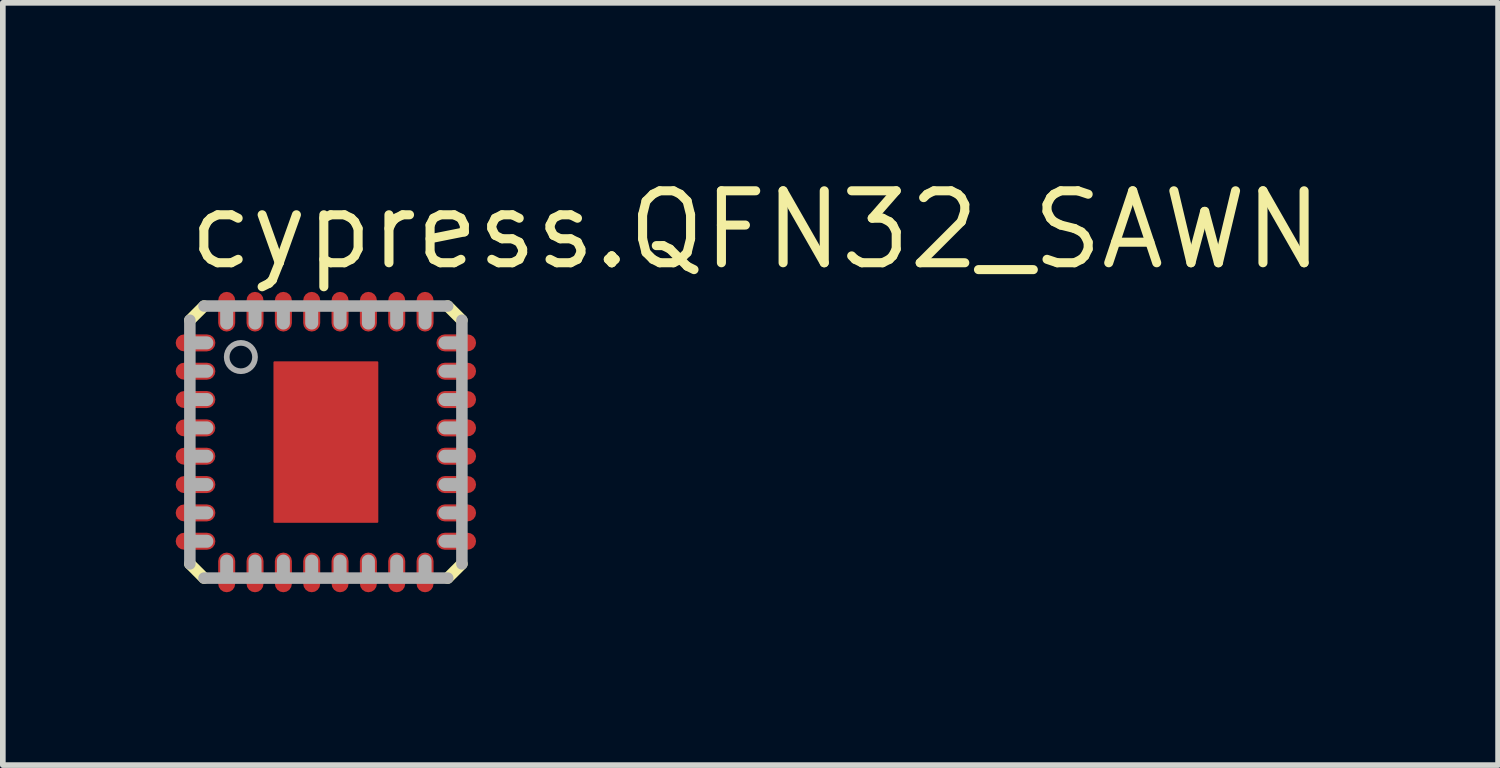
<source format=kicad_pcb>
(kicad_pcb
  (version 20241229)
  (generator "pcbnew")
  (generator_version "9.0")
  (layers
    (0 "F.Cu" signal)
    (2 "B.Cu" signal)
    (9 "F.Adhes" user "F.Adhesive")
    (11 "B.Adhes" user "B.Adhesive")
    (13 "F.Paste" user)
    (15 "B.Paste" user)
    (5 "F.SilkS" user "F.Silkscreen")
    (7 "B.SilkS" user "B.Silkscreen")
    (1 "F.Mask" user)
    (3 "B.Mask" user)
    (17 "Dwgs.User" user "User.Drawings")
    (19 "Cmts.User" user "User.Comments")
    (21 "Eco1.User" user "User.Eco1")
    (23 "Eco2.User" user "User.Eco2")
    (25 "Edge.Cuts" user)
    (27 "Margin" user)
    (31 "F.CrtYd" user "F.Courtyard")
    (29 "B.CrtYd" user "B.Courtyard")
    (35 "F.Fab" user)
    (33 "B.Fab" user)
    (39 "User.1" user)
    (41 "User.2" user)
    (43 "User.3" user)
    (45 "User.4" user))
  (footprint "cypress.QFN32_SAWN"
    (layer "F.Cu")
    (at 2.7 4.75)
    (property "Reference" "cypress.QFN32_SAWN" (at -2.5 -3 0) (layer "F.SilkS") (effects (font (size 1.27 1.27) (thickness 0.16)) (justify left bottom)))
    (attr smd)
    (fp_line (start -2.1 -1.75) (end -2.5 -1.75) (stroke (width 0.4) (type default)) (layer "F.Mask"))
    (fp_line (start -2.1 -1.25) (end -2.5 -1.25) (stroke (width 0.4) (type default)) (layer "F.Mask"))
    (fp_line (start -2.1 -0.75) (end -2.5 -0.75) (stroke (width 0.4) (type default)) (layer "F.Mask"))
    (fp_line (start -2.1 -0.25) (end -2.5 -0.25) (stroke (width 0.4) (type default)) (layer "F.Mask"))
    (fp_line (start -2.1 0.25) (end -2.5 0.25) (stroke (width 0.4) (type default)) (layer "F.Mask"))
    (fp_line (start -2.1 0.75) (end -2.5 0.75) (stroke (width 0.4) (type default)) (layer "F.Mask"))
    (fp_line (start -2.1 1.25) (end -2.5 1.25) (stroke (width 0.4) (type default)) (layer "F.Mask"))
    (fp_line (start -2.1 1.75) (end -2.5 1.75) (stroke (width 0.4) (type default)) (layer "F.Mask"))
    (fp_line (start -1.75 -2.1) (end -1.75 -2.5) (stroke (width 0.4) (type default)) (layer "F.Mask"))
    (fp_line (start -1.75 2.1) (end -1.75 2.5) (stroke (width 0.4) (type default)) (layer "F.Mask"))
    (fp_line (start -1.25 -2.1) (end -1.25 -2.5) (stroke (width 0.4) (type default)) (layer "F.Mask"))
    (fp_line (start -1.25 2.1) (end -1.25 2.5) (stroke (width 0.4) (type default)) (layer "F.Mask"))
    (fp_line (start -0.75 -2.1) (end -0.75 -2.5) (stroke (width 0.4) (type default)) (layer "F.Mask"))
    (fp_line (start -0.75 2.1) (end -0.75 2.5) (stroke (width 0.4) (type default)) (layer "F.Mask"))
    (fp_line (start -0.25 -2.1) (end -0.25 -2.5) (stroke (width 0.4) (type default)) (layer "F.Mask"))
    (fp_line (start -0.25 2.1) (end -0.25 2.5) (stroke (width 0.4) (type default)) (layer "F.Mask"))
    (fp_line (start 0.25 -2.1) (end 0.25 -2.5) (stroke (width 0.4) (type default)) (layer "F.Mask"))
    (fp_line (start 0.25 2.1) (end 0.25 2.5) (stroke (width 0.4) (type default)) (layer "F.Mask"))
    (fp_line (start 0.75 -2.1) (end 0.75 -2.5) (stroke (width 0.4) (type default)) (layer "F.Mask"))
    (fp_line (start 0.75 2.1) (end 0.75 2.5) (stroke (width 0.4) (type default)) (layer "F.Mask"))
    (fp_line (start 1.25 -2.1) (end 1.25 -2.5) (stroke (width 0.4) (type default)) (layer "F.Mask"))
    (fp_line (start 1.25 2.1) (end 1.25 2.5) (stroke (width 0.4) (type default)) (layer "F.Mask"))
    (fp_line (start 1.75 -2.1) (end 1.75 -2.5) (stroke (width 0.4) (type default)) (layer "F.Mask"))
    (fp_line (start 1.75 2.1) (end 1.75 2.5) (stroke (width 0.4) (type default)) (layer "F.Mask"))
    (fp_line (start 2.1 -1.75) (end 2.5 -1.75) (stroke (width 0.4) (type default)) (layer "F.Mask"))
    (fp_line (start 2.1 -1.25) (end 2.5 -1.25) (stroke (width 0.4) (type default)) (layer "F.Mask"))
    (fp_line (start 2.1 -0.75) (end 2.5 -0.75) (stroke (width 0.4) (type default)) (layer "F.Mask"))
    (fp_line (start 2.1 -0.25) (end 2.5 -0.25) (stroke (width 0.4) (type default)) (layer "F.Mask"))
    (fp_line (start 2.1 0.25) (end 2.5 0.25) (stroke (width 0.4) (type default)) (layer "F.Mask"))
    (fp_line (start 2.1 0.75) (end 2.5 0.75) (stroke (width 0.4) (type default)) (layer "F.Mask"))
    (fp_line (start 2.1 1.25) (end 2.5 1.25) (stroke (width 0.4) (type default)) (layer "F.Mask"))
    (fp_line (start 2.1 1.75) (end 2.5 1.75) (stroke (width 0.4) (type default)) (layer "F.Mask"))
    (fp_rect (start -1 1.5) (end 1 -1.5) (stroke (width 0.05) (type default)) (fill yes) (layer "F.Mask"))
    (fp_line (start -2.4 -2.15) (end -2.15 -2.4) (stroke (width 0.203) (type default)) (layer "F.SilkS"))
    (fp_line (start -2.15 2.4) (end -2.4 2.15) (stroke (width 0.203) (type default)) (layer "F.SilkS"))
    (fp_line (start 2.15 -2.4) (end 2.4 -2.15) (stroke (width 0.203) (type default)) (layer "F.SilkS"))
    (fp_line (start 2.4 2.15) (end 2.15 2.4) (stroke (width 0.203) (type default)) (layer "F.SilkS"))
    (fp_line (start -2.1 -1.75) (end -2.5 -1.75) (stroke (width 0.25) (type default)) (layer "F.Paste"))
    (fp_line (start -2.1 -1.25) (end -2.5 -1.25) (stroke (width 0.25) (type default)) (layer "F.Paste"))
    (fp_line (start -2.1 -0.75) (end -2.5 -0.75) (stroke (width 0.25) (type default)) (layer "F.Paste"))
    (fp_line (start -2.1 -0.25) (end -2.5 -0.25) (stroke (width 0.25) (type default)) (layer "F.Paste"))
    (fp_line (start -2.1 0.25) (end -2.5 0.25) (stroke (width 0.25) (type default)) (layer "F.Paste"))
    (fp_line (start -2.1 0.75) (end -2.5 0.75) (stroke (width 0.25) (type default)) (layer "F.Paste"))
    (fp_line (start -2.1 1.25) (end -2.5 1.25) (stroke (width 0.25) (type default)) (layer "F.Paste"))
    (fp_line (start -2.1 1.75) (end -2.5 1.75) (stroke (width 0.25) (type default)) (layer "F.Paste"))
    (fp_line (start -1.75 -2.1) (end -1.75 -2.5) (stroke (width 0.25) (type default)) (layer "F.Paste"))
    (fp_line (start -1.75 2.1) (end -1.75 2.5) (stroke (width 0.25) (type default)) (layer "F.Paste"))
    (fp_line (start -1.25 -2.1) (end -1.25 -2.5) (stroke (width 0.25) (type default)) (layer "F.Paste"))
    (fp_line (start -1.25 2.1) (end -1.25 2.5) (stroke (width 0.25) (type default)) (layer "F.Paste"))
    (fp_line (start -0.75 -2.1) (end -0.75 -2.5) (stroke (width 0.25) (type default)) (layer "F.Paste"))
    (fp_line (start -0.75 2.1) (end -0.75 2.5) (stroke (width 0.25) (type default)) (layer "F.Paste"))
    (fp_line (start -0.25 -2.1) (end -0.25 -2.5) (stroke (width 0.25) (type default)) (layer "F.Paste"))
    (fp_line (start -0.25 2.1) (end -0.25 2.5) (stroke (width 0.25) (type default)) (layer "F.Paste"))
    (fp_line (start 0.25 -2.1) (end 0.25 -2.5) (stroke (width 0.25) (type default)) (layer "F.Paste"))
    (fp_line (start 0.25 2.1) (end 0.25 2.5) (stroke (width 0.25) (type default)) (layer "F.Paste"))
    (fp_line (start 0.75 -2.1) (end 0.75 -2.5) (stroke (width 0.25) (type default)) (layer "F.Paste"))
    (fp_line (start 0.75 2.1) (end 0.75 2.5) (stroke (width 0.25) (type default)) (layer "F.Paste"))
    (fp_line (start 1.25 -2.1) (end 1.25 -2.5) (stroke (width 0.25) (type default)) (layer "F.Paste"))
    (fp_line (start 1.25 2.1) (end 1.25 2.5) (stroke (width 0.25) (type default)) (layer "F.Paste"))
    (fp_line (start 1.75 -2.1) (end 1.75 -2.5) (stroke (width 0.25) (type default)) (layer "F.Paste"))
    (fp_line (start 1.75 2.1) (end 1.75 2.5) (stroke (width 0.25) (type default)) (layer "F.Paste"))
    (fp_line (start 2.1 -1.75) (end 2.5 -1.75) (stroke (width 0.25) (type default)) (layer "F.Paste"))
    (fp_line (start 2.1 -1.25) (end 2.5 -1.25) (stroke (width 0.25) (type default)) (layer "F.Paste"))
    (fp_line (start 2.1 -0.75) (end 2.5 -0.75) (stroke (width 0.25) (type default)) (layer "F.Paste"))
    (fp_line (start 2.1 -0.25) (end 2.5 -0.25) (stroke (width 0.25) (type default)) (layer "F.Paste"))
    (fp_line (start 2.1 0.25) (end 2.5 0.25) (stroke (width 0.25) (type default)) (layer "F.Paste"))
    (fp_line (start 2.1 0.75) (end 2.5 0.75) (stroke (width 0.25) (type default)) (layer "F.Paste"))
    (fp_line (start 2.1 1.25) (end 2.5 1.25) (stroke (width 0.25) (type default)) (layer "F.Paste"))
    (fp_line (start 2.1 1.75) (end 2.5 1.75) (stroke (width 0.25) (type default)) (layer "F.Paste"))
    (fp_rect (start -0.85 1.35) (end 0.85 -1.35) (stroke (width 0.05) (type default)) (fill yes) (layer "F.Paste"))
    (fp_line (start -2.4 2.15) (end -2.4 -2.15) (stroke (width 0.203) (type default)) (layer "F.Fab"))
    (fp_line (start -2.15 -2.4) (end 2.15 -2.4) (stroke (width 0.203) (type default)) (layer "F.Fab"))
    (fp_line (start -2.1 -1.75) (end -2.325 -1.75) (stroke (width 0.23) (type default)) (layer "F.Fab"))
    (fp_line (start -2.1 -1.25) (end -2.325 -1.25) (stroke (width 0.23) (type default)) (layer "F.Fab"))
    (fp_line (start -2.1 -0.75) (end -2.325 -0.75) (stroke (width 0.23) (type default)) (layer "F.Fab"))
    (fp_line (start -2.1 -0.25) (end -2.325 -0.25) (stroke (width 0.23) (type default)) (layer "F.Fab"))
    (fp_line (start -2.1 0.25) (end -2.325 0.25) (stroke (width 0.23) (type default)) (layer "F.Fab"))
    (fp_line (start -2.1 0.75) (end -2.325 0.75) (stroke (width 0.23) (type default)) (layer "F.Fab"))
    (fp_line (start -2.1 1.25) (end -2.325 1.25) (stroke (width 0.23) (type default)) (layer "F.Fab"))
    (fp_line (start -2.1 1.75) (end -2.325 1.75) (stroke (width 0.23) (type default)) (layer "F.Fab"))
    (fp_line (start -1.75 -2.1) (end -1.75 -2.325) (stroke (width 0.23) (type default)) (layer "F.Fab"))
    (fp_line (start -1.75 2.1) (end -1.75 2.325) (stroke (width 0.23) (type default)) (layer "F.Fab"))
    (fp_line (start -1.25 -2.1) (end -1.25 -2.325) (stroke (width 0.23) (type default)) (layer "F.Fab"))
    (fp_line (start -1.25 2.1) (end -1.25 2.325) (stroke (width 0.23) (type default)) (layer "F.Fab"))
    (fp_line (start -0.75 -2.1) (end -0.75 -2.325) (stroke (width 0.23) (type default)) (layer "F.Fab"))
    (fp_line (start -0.75 2.1) (end -0.75 2.325) (stroke (width 0.23) (type default)) (layer "F.Fab"))
    (fp_line (start -0.25 -2.1) (end -0.25 -2.325) (stroke (width 0.23) (type default)) (layer "F.Fab"))
    (fp_line (start -0.25 2.1) (end -0.25 2.325) (stroke (width 0.23) (type default)) (layer "F.Fab"))
    (fp_line (start 0.25 -2.1) (end 0.25 -2.325) (stroke (width 0.23) (type default)) (layer "F.Fab"))
    (fp_line (start 0.25 2.1) (end 0.25 2.325) (stroke (width 0.23) (type default)) (layer "F.Fab"))
    (fp_line (start 0.75 -2.1) (end 0.75 -2.325) (stroke (width 0.23) (type default)) (layer "F.Fab"))
    (fp_line (start 0.75 2.1) (end 0.75 2.325) (stroke (width 0.23) (type default)) (layer "F.Fab"))
    (fp_line (start 1.25 -2.1) (end 1.25 -2.325) (stroke (width 0.23) (type default)) (layer "F.Fab"))
    (fp_line (start 1.25 2.1) (end 1.25 2.325) (stroke (width 0.23) (type default)) (layer "F.Fab"))
    (fp_line (start 1.75 -2.1) (end 1.75 -2.325) (stroke (width 0.23) (type default)) (layer "F.Fab"))
    (fp_line (start 1.75 2.1) (end 1.75 2.325) (stroke (width 0.23) (type default)) (layer "F.Fab"))
    (fp_line (start 2.1 -1.75) (end 2.325 -1.75) (stroke (width 0.23) (type default)) (layer "F.Fab"))
    (fp_line (start 2.1 -1.25) (end 2.325 -1.25) (stroke (width 0.23) (type default)) (layer "F.Fab"))
    (fp_line (start 2.1 -0.75) (end 2.325 -0.75) (stroke (width 0.23) (type default)) (layer "F.Fab"))
    (fp_line (start 2.1 -0.25) (end 2.325 -0.25) (stroke (width 0.23) (type default)) (layer "F.Fab"))
    (fp_line (start 2.1 0.25) (end 2.325 0.25) (stroke (width 0.23) (type default)) (layer "F.Fab"))
    (fp_line (start 2.1 0.75) (end 2.325 0.75) (stroke (width 0.23) (type default)) (layer "F.Fab"))
    (fp_line (start 2.1 1.25) (end 2.325 1.25) (stroke (width 0.23) (type default)) (layer "F.Fab"))
    (fp_line (start 2.1 1.75) (end 2.325 1.75) (stroke (width 0.23) (type default)) (layer "F.Fab"))
    (fp_line (start 2.15 2.4) (end -2.15 2.4) (stroke (width 0.203) (type default)) (layer "F.Fab"))
    (fp_line (start 2.4 -2.15) (end 2.4 2.15) (stroke (width 0.203) (type default)) (layer "F.Fab"))
    (fp_circle (center -1.5 -1.5) (end -1.25 -1.5) (stroke (width 0.1) (type default)) (fill no) (layer "F.Fab"))
    (pad "1" smd roundrect (at -2.3 -1.75) (size 0.7 0.3) (layers "F.Cu" "F.Mask" "F.Paste") (roundrect_rratio 0.5))
    (pad "2" smd roundrect (at -2.3 -1.25) (size 0.7 0.3) (layers "F.Cu" "F.Mask" "F.Paste") (roundrect_rratio 0.5))
    (pad "3" smd roundrect (at -2.3 -0.75) (size 0.7 0.3) (layers "F.Cu" "F.Mask" "F.Paste") (roundrect_rratio 0.5))
    (pad "4" smd roundrect (at -2.3 -0.25) (size 0.7 0.3) (layers "F.Cu" "F.Mask" "F.Paste") (roundrect_rratio 0.5))
    (pad "5" smd roundrect (at -2.3 0.25) (size 0.7 0.3) (layers "F.Cu" "F.Mask" "F.Paste") (roundrect_rratio 0.5))
    (pad "6" smd roundrect (at -2.3 0.75) (size 0.7 0.3) (layers "F.Cu" "F.Mask" "F.Paste") (roundrect_rratio 0.5))
    (pad "7" smd roundrect (at -2.3 1.25) (size 0.7 0.3) (layers "F.Cu" "F.Mask" "F.Paste") (roundrect_rratio 0.5))
    (pad "8" smd roundrect (at -2.3 1.75) (size 0.7 0.3) (layers "F.Cu" "F.Mask" "F.Paste") (roundrect_rratio 0.5))
    (pad "9" smd roundrect (at -1.75 2.3 90) (size 0.7 0.3) (layers "F.Cu" "F.Mask" "F.Paste") (roundrect_rratio 0.5))
    (pad "10" smd roundrect (at -1.25 2.3 90) (size 0.7 0.3) (layers "F.Cu" "F.Mask" "F.Paste") (roundrect_rratio 0.5))
    (pad "11" smd roundrect (at -0.75 2.3 90) (size 0.7 0.3) (layers "F.Cu" "F.Mask" "F.Paste") (roundrect_rratio 0.5))
    (pad "12" smd roundrect (at -0.25 2.3 90) (size 0.7 0.3) (layers "F.Cu" "F.Mask" "F.Paste") (roundrect_rratio 0.5))
    (pad "13" smd roundrect (at 0.25 2.3 90) (size 0.7 0.3) (layers "F.Cu" "F.Mask" "F.Paste") (roundrect_rratio 0.5))
    (pad "14" smd roundrect (at 0.75 2.3 90) (size 0.7 0.3) (layers "F.Cu" "F.Mask" "F.Paste") (roundrect_rratio 0.5))
    (pad "15" smd roundrect (at 1.25 2.3 90) (size 0.7 0.3) (layers "F.Cu" "F.Mask" "F.Paste") (roundrect_rratio 0.5))
    (pad "16" smd roundrect (at 1.75 2.3 90) (size 0.7 0.3) (layers "F.Cu" "F.Mask" "F.Paste") (roundrect_rratio 0.5))
    (pad "17" smd roundrect (at 2.3 1.75 180) (size 0.7 0.3) (layers "F.Cu" "F.Mask" "F.Paste") (roundrect_rratio 0.5))
    (pad "18" smd roundrect (at 2.3 1.25 180) (size 0.7 0.3) (layers "F.Cu" "F.Mask" "F.Paste") (roundrect_rratio 0.5))
    (pad "19" smd roundrect (at 2.3 0.75 180) (size 0.7 0.3) (layers "F.Cu" "F.Mask" "F.Paste") (roundrect_rratio 0.5))
    (pad "20" smd roundrect (at 2.3 0.25 180) (size 0.7 0.3) (layers "F.Cu" "F.Mask" "F.Paste") (roundrect_rratio 0.5))
    (pad "21" smd roundrect (at 2.3 -0.25 180) (size 0.7 0.3) (layers "F.Cu" "F.Mask" "F.Paste") (roundrect_rratio 0.5))
    (pad "22" smd roundrect (at 2.3 -0.75 180) (size 0.7 0.3) (layers "F.Cu" "F.Mask" "F.Paste") (roundrect_rratio 0.5))
    (pad "23" smd roundrect (at 2.3 -1.25 180) (size 0.7 0.3) (layers "F.Cu" "F.Mask" "F.Paste") (roundrect_rratio 0.5))
    (pad "24" smd roundrect (at 2.3 -1.75 180) (size 0.7 0.3) (layers "F.Cu" "F.Mask" "F.Paste") (roundrect_rratio 0.5))
    (pad "25" smd roundrect (at 1.75 -2.3 270) (size 0.7 0.3) (layers "F.Cu" "F.Mask" "F.Paste") (roundrect_rratio 0.5))
    (pad "26" smd roundrect (at 1.25 -2.3 270) (size 0.7 0.3) (layers "F.Cu" "F.Mask" "F.Paste") (roundrect_rratio 0.5))
    (pad "27" smd roundrect (at 0.75 -2.3 270) (size 0.7 0.3) (layers "F.Cu" "F.Mask" "F.Paste") (roundrect_rratio 0.5))
    (pad "28" smd roundrect (at 0.25 -2.3 270) (size 0.7 0.3) (layers "F.Cu" "F.Mask" "F.Paste") (roundrect_rratio 0.5))
    (pad "29" smd roundrect (at -0.25 -2.3 270) (size 0.7 0.3) (layers "F.Cu" "F.Mask" "F.Paste") (roundrect_rratio 0.5))
    (pad "30" smd roundrect (at -0.75 -2.3 270) (size 0.7 0.3) (layers "F.Cu" "F.Mask" "F.Paste") (roundrect_rratio 0.5))
    (pad "31" smd roundrect (at -1.25 -2.3 270) (size 0.7 0.3) (layers "F.Cu" "F.Mask" "F.Paste") (roundrect_rratio 0.5))
    (pad "32" smd roundrect (at -1.75 -2.3 270) (size 0.7 0.3) (layers "F.Cu" "F.Mask" "F.Paste") (roundrect_rratio 0.5))
    (pad "EXP" smd roundrect (at 0 0) (size 1.85 2.85) (layers "F.Cu" "F.Mask" "F.Paste") (roundrect_rratio 0.01)))
  (gr_rect
    (start -3 -3)
    (end 23.383 10.45)
    (stroke (width 0.1) (type default))
    (fill no)
    (layer "Edge.Cuts")))
</source>
